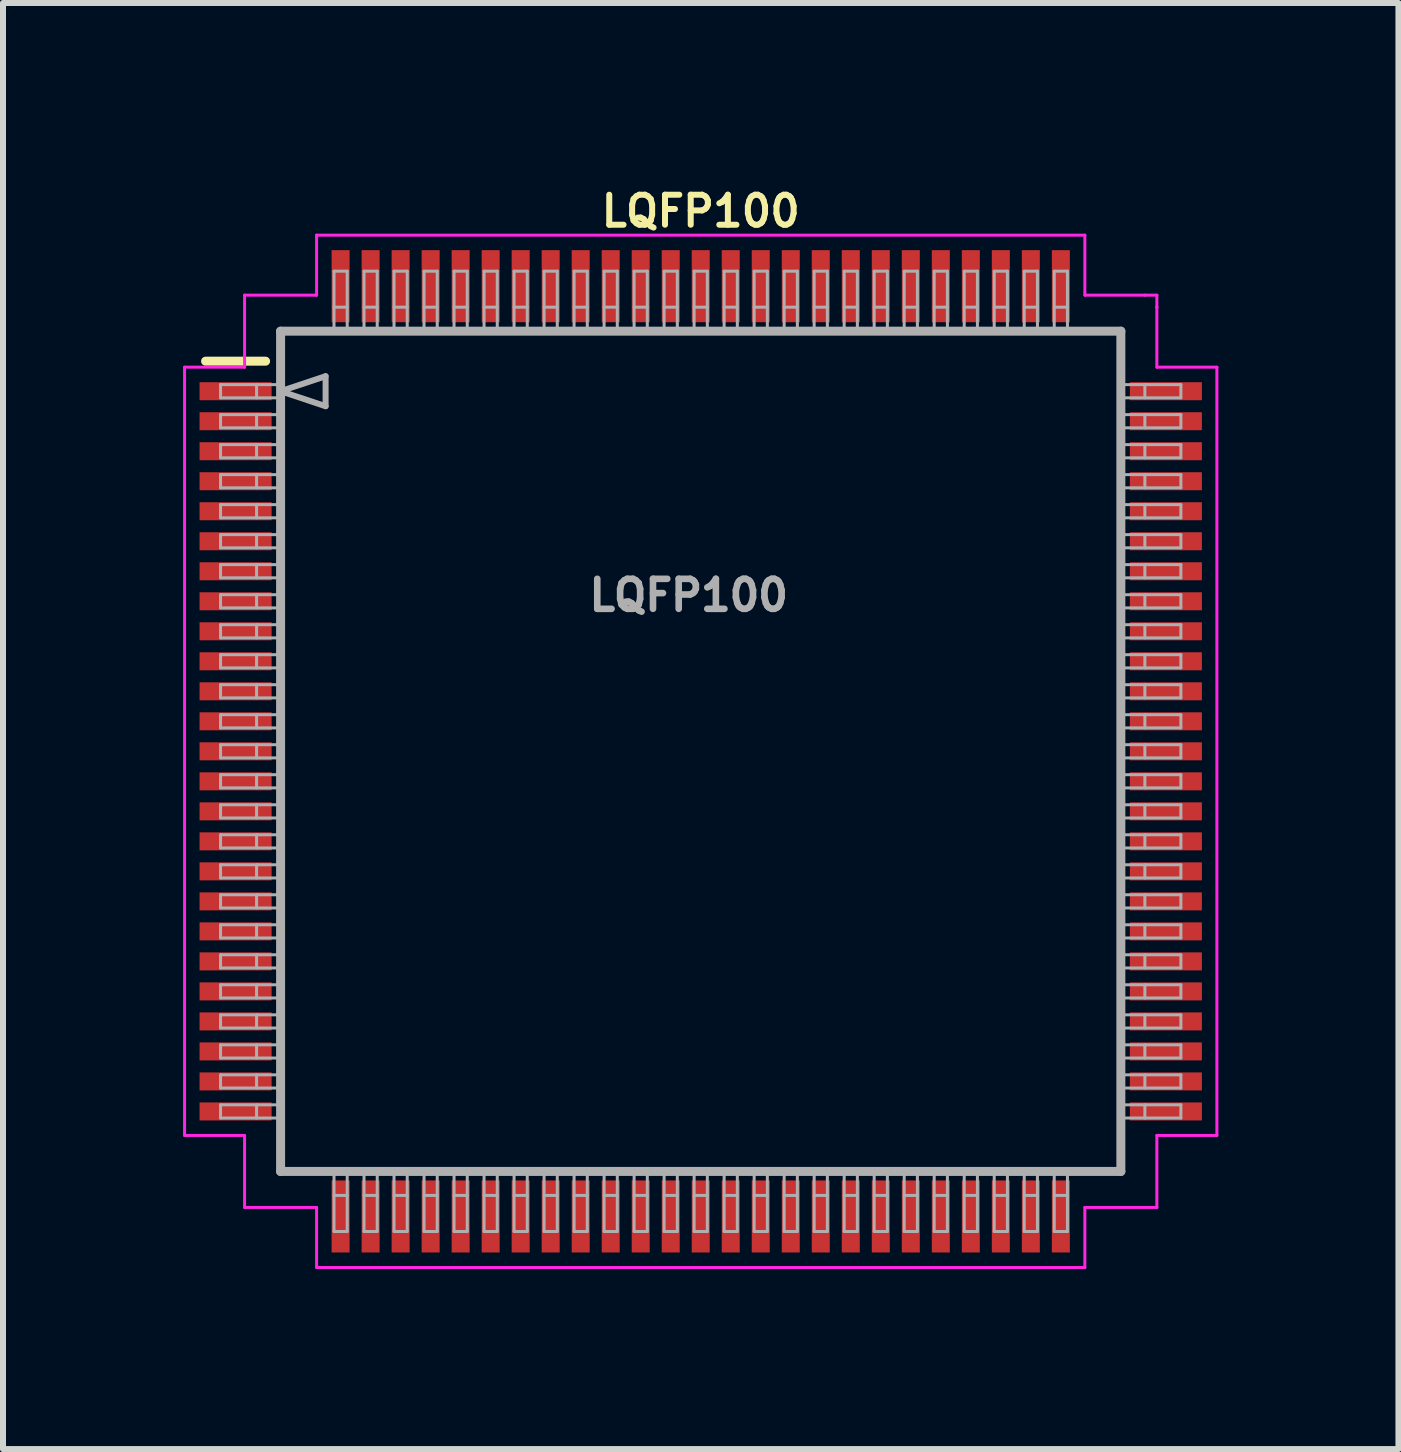
<source format=kicad_pcb>
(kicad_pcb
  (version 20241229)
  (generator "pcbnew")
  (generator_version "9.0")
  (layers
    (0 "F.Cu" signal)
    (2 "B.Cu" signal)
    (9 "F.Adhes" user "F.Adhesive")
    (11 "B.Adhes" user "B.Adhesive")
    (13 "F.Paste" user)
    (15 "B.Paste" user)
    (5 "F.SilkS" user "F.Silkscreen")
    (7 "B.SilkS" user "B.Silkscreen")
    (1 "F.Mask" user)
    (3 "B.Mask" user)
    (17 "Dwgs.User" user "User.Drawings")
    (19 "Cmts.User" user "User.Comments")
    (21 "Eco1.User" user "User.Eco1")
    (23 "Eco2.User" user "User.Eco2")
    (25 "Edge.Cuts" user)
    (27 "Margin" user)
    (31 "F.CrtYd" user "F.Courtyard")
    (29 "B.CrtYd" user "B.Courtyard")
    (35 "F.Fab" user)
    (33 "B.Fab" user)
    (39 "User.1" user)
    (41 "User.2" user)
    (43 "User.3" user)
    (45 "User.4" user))
  (footprint "LQFP100"
    (layer "F.Cu")
    (at 8.625 9.468)
    (property "Reference" "LQFP100" (at 0 -9 0) (layer "F.SilkS") (effects (font (size 0.5 0.5) (thickness 0.1))))
    (attr smd)
    (fp_line (start -8.25 -6.5) (end -7.25 -6.5) (stroke (width 0.15) (type solid)) (layer "F.SilkS"))
    (fp_line (start -8.6 -6.4) (end -8.6 6.4) (stroke (width 0.05) (type solid)) (layer "F.CrtYd"))
    (fp_line (start -7.6 -7.6) (end -7.6 -6.4) (stroke (width 0.05) (type solid)) (layer "F.CrtYd"))
    (fp_line (start -7.6 -6.4) (end -8.6 -6.4) (stroke (width 0.05) (type solid)) (layer "F.CrtYd"))
    (fp_line (start -7.6 6.4) (end -8.6 6.4) (stroke (width 0.05) (type solid)) (layer "F.CrtYd"))
    (fp_line (start -7.6 6.4) (end -7.6 7.6) (stroke (width 0.05) (type solid)) (layer "F.CrtYd"))
    (fp_line (start -7.6 7.6) (end -6.4 7.6) (stroke (width 0.05) (type solid)) (layer "F.CrtYd"))
    (fp_line (start -6.4 -8.6) (end 6.4 -8.6) (stroke (width 0.05) (type solid)) (layer "F.CrtYd"))
    (fp_line (start -6.4 -7.6) (end -7.6 -7.6) (stroke (width 0.05) (type solid)) (layer "F.CrtYd"))
    (fp_line (start -6.4 -7.6) (end -6.4 -8.6) (stroke (width 0.05) (type solid)) (layer "F.CrtYd"))
    (fp_line (start -6.4 7.6) (end -6.4 8.6) (stroke (width 0.05) (type solid)) (layer "F.CrtYd"))
    (fp_line (start -6.4 8.6) (end 6.4 8.6) (stroke (width 0.05) (type solid)) (layer "F.CrtYd"))
    (fp_line (start 6.4 -7.6) (end 6.4 -8.6) (stroke (width 0.05) (type solid)) (layer "F.CrtYd"))
    (fp_line (start 6.4 -7.6) (end 7.4 -7.6) (stroke (width 0.05) (type solid)) (layer "F.CrtYd"))
    (fp_line (start 6.4 7.6) (end 6.4 8.6) (stroke (width 0.05) (type solid)) (layer "F.CrtYd"))
    (fp_line (start 7.4 -7.6) (end 7.6 -7.6) (stroke (width 0.05) (type solid)) (layer "F.CrtYd"))
    (fp_line (start 7.6 -7.6) (end 7.6 -7.4) (stroke (width 0.05) (type solid)) (layer "F.CrtYd"))
    (fp_line (start 7.6 -7.4) (end 7.6 -7.4) (stroke (width 0.05) (type solid)) (layer "F.CrtYd"))
    (fp_line (start 7.6 -6.4) (end 7.6 -7.4) (stroke (width 0.05) (type solid)) (layer "F.CrtYd"))
    (fp_line (start 7.6 -6.4) (end 8.6 -6.4) (stroke (width 0.05) (type solid)) (layer "F.CrtYd"))
    (fp_line (start 7.6 6.4) (end 8.6 6.4) (stroke (width 0.05) (type solid)) (layer "F.CrtYd"))
    (fp_line (start 7.6 7.6) (end 6.4 7.6) (stroke (width 0.05) (type solid)) (layer "F.CrtYd"))
    (fp_line (start 7.6 7.6) (end 7.6 6.4) (stroke (width 0.05) (type solid)) (layer "F.CrtYd"))
    (fp_line (start 8.6 -6.4) (end 8.6 6.4) (stroke (width 0.05) (type solid)) (layer "F.CrtYd"))
    (fp_line (start -8 -6.11) (end -7 -6.11) (stroke (width 0.05) (type solid)) (layer "F.Fab"))
    (fp_line (start -8 -5.89) (end -8 -6.11) (stroke (width 0.05) (type solid)) (layer "F.Fab"))
    (fp_line (start -8 -5.89) (end -7 -5.89) (stroke (width 0.05) (type solid)) (layer "F.Fab"))
    (fp_line (start -8 -5.61) (end -7 -5.61) (stroke (width 0.05) (type solid)) (layer "F.Fab"))
    (fp_line (start -8 -5.39) (end -8 -5.61) (stroke (width 0.05) (type solid)) (layer "F.Fab"))
    (fp_line (start -8 -5.39) (end -7 -5.39) (stroke (width 0.05) (type solid)) (layer "F.Fab"))
    (fp_line (start -8 -5.11) (end -7 -5.11) (stroke (width 0.05) (type solid)) (layer "F.Fab"))
    (fp_line (start -8 -4.89) (end -8 -5.11) (stroke (width 0.05) (type solid)) (layer "F.Fab"))
    (fp_line (start -8 -4.89) (end -7 -4.89) (stroke (width 0.05) (type solid)) (layer "F.Fab"))
    (fp_line (start -8 -4.61) (end -7 -4.61) (stroke (width 0.05) (type solid)) (layer "F.Fab"))
    (fp_line (start -8 -4.39) (end -8 -4.61) (stroke (width 0.05) (type solid)) (layer "F.Fab"))
    (fp_line (start -8 -4.39) (end -7 -4.39) (stroke (width 0.05) (type solid)) (layer "F.Fab"))
    (fp_line (start -8 -4.11) (end -7 -4.11) (stroke (width 0.05) (type solid)) (layer "F.Fab"))
    (fp_line (start -8 -3.89) (end -8 -4.11) (stroke (width 0.05) (type solid)) (layer "F.Fab"))
    (fp_line (start -8 -3.89) (end -7 -3.89) (stroke (width 0.05) (type solid)) (layer "F.Fab"))
    (fp_line (start -8 -3.61) (end -7 -3.61) (stroke (width 0.05) (type solid)) (layer "F.Fab"))
    (fp_line (start -8 -3.39) (end -8 -3.61) (stroke (width 0.05) (type solid)) (layer "F.Fab"))
    (fp_line (start -8 -3.39) (end -7 -3.39) (stroke (width 0.05) (type solid)) (layer "F.Fab"))
    (fp_line (start -8 -3.11) (end -7 -3.11) (stroke (width 0.05) (type solid)) (layer "F.Fab"))
    (fp_line (start -8 -2.89) (end -8 -3.11) (stroke (width 0.05) (type solid)) (layer "F.Fab"))
    (fp_line (start -8 -2.89) (end -7 -2.89) (stroke (width 0.05) (type solid)) (layer "F.Fab"))
    (fp_line (start -8 -2.61) (end -7 -2.61) (stroke (width 0.05) (type solid)) (layer "F.Fab"))
    (fp_line (start -8 -2.39) (end -8 -2.61) (stroke (width 0.05) (type solid)) (layer "F.Fab"))
    (fp_line (start -8 -2.39) (end -7 -2.39) (stroke (width 0.05) (type solid)) (layer "F.Fab"))
    (fp_line (start -8 -2.11) (end -7 -2.11) (stroke (width 0.05) (type solid)) (layer "F.Fab"))
    (fp_line (start -8 -1.89) (end -8 -2.11) (stroke (width 0.05) (type solid)) (layer "F.Fab"))
    (fp_line (start -8 -1.89) (end -7 -1.89) (stroke (width 0.05) (type solid)) (layer "F.Fab"))
    (fp_line (start -8 -1.61) (end -7 -1.61) (stroke (width 0.05) (type solid)) (layer "F.Fab"))
    (fp_line (start -8 -1.39) (end -8 -1.61) (stroke (width 0.05) (type solid)) (layer "F.Fab"))
    (fp_line (start -8 -1.39) (end -7 -1.39) (stroke (width 0.05) (type solid)) (layer "F.Fab"))
    (fp_line (start -8 -1.11) (end -7 -1.11) (stroke (width 0.05) (type solid)) (layer "F.Fab"))
    (fp_line (start -8 -0.89) (end -8 -1.11) (stroke (width 0.05) (type solid)) (layer "F.Fab"))
    (fp_line (start -8 -0.89) (end -7 -0.89) (stroke (width 0.05) (type solid)) (layer "F.Fab"))
    (fp_line (start -8 -0.61) (end -7 -0.61) (stroke (width 0.05) (type solid)) (layer "F.Fab"))
    (fp_line (start -8 -0.39) (end -8 -0.61) (stroke (width 0.05) (type solid)) (layer "F.Fab"))
    (fp_line (start -8 -0.39) (end -7 -0.39) (stroke (width 0.05) (type solid)) (layer "F.Fab"))
    (fp_line (start -8 -0.11) (end -7 -0.11) (stroke (width 0.05) (type solid)) (layer "F.Fab"))
    (fp_line (start -8 0.11) (end -8 -0.11) (stroke (width 0.05) (type solid)) (layer "F.Fab"))
    (fp_line (start -8 0.11) (end -7 0.11) (stroke (width 0.05) (type solid)) (layer "F.Fab"))
    (fp_line (start -8 0.39) (end -7 0.39) (stroke (width 0.05) (type solid)) (layer "F.Fab"))
    (fp_line (start -8 0.61) (end -8 0.39) (stroke (width 0.05) (type solid)) (layer "F.Fab"))
    (fp_line (start -8 0.61) (end -7 0.61) (stroke (width 0.05) (type solid)) (layer "F.Fab"))
    (fp_line (start -8 0.89) (end -7 0.89) (stroke (width 0.05) (type solid)) (layer "F.Fab"))
    (fp_line (start -8 1.11) (end -8 0.89) (stroke (width 0.05) (type solid)) (layer "F.Fab"))
    (fp_line (start -8 1.11) (end -7 1.11) (stroke (width 0.05) (type solid)) (layer "F.Fab"))
    (fp_line (start -8 1.39) (end -7 1.39) (stroke (width 0.05) (type solid)) (layer "F.Fab"))
    (fp_line (start -8 1.61) (end -8 1.39) (stroke (width 0.05) (type solid)) (layer "F.Fab"))
    (fp_line (start -8 1.61) (end -7 1.61) (stroke (width 0.05) (type solid)) (layer "F.Fab"))
    (fp_line (start -8 1.89) (end -7 1.89) (stroke (width 0.05) (type solid)) (layer "F.Fab"))
    (fp_line (start -8 2.11) (end -8 1.89) (stroke (width 0.05) (type solid)) (layer "F.Fab"))
    (fp_line (start -8 2.11) (end -7 2.11) (stroke (width 0.05) (type solid)) (layer "F.Fab"))
    (fp_line (start -8 2.39) (end -7 2.39) (stroke (width 0.05) (type solid)) (layer "F.Fab"))
    (fp_line (start -8 2.61) (end -8 2.39) (stroke (width 0.05) (type solid)) (layer "F.Fab"))
    (fp_line (start -8 2.61) (end -7 2.61) (stroke (width 0.05) (type solid)) (layer "F.Fab"))
    (fp_line (start -8 2.89) (end -7 2.89) (stroke (width 0.05) (type solid)) (layer "F.Fab"))
    (fp_line (start -8 3.11) (end -8 2.89) (stroke (width 0.05) (type solid)) (layer "F.Fab"))
    (fp_line (start -8 3.11) (end -7 3.11) (stroke (width 0.05) (type solid)) (layer "F.Fab"))
    (fp_line (start -8 3.39) (end -7 3.39) (stroke (width 0.05) (type solid)) (layer "F.Fab"))
    (fp_line (start -8 3.61) (end -8 3.39) (stroke (width 0.05) (type solid)) (layer "F.Fab"))
    (fp_line (start -8 3.61) (end -7 3.61) (stroke (width 0.05) (type solid)) (layer "F.Fab"))
    (fp_line (start -8 3.89) (end -7 3.89) (stroke (width 0.05) (type solid)) (layer "F.Fab"))
    (fp_line (start -8 4.11) (end -8 3.89) (stroke (width 0.05) (type solid)) (layer "F.Fab"))
    (fp_line (start -8 4.11) (end -7 4.11) (stroke (width 0.05) (type solid)) (layer "F.Fab"))
    (fp_line (start -8 4.39) (end -7 4.39) (stroke (width 0.05) (type solid)) (layer "F.Fab"))
    (fp_line (start -8 4.61) (end -8 4.39) (stroke (width 0.05) (type solid)) (layer "F.Fab"))
    (fp_line (start -8 4.61) (end -7 4.61) (stroke (width 0.05) (type solid)) (layer "F.Fab"))
    (fp_line (start -8 4.89) (end -7 4.89) (stroke (width 0.05) (type solid)) (layer "F.Fab"))
    (fp_line (start -8 5.11) (end -8 4.89) (stroke (width 0.05) (type solid)) (layer "F.Fab"))
    (fp_line (start -8 5.11) (end -7 5.11) (stroke (width 0.05) (type solid)) (layer "F.Fab"))
    (fp_line (start -8 5.39) (end -7 5.39) (stroke (width 0.05) (type solid)) (layer "F.Fab"))
    (fp_line (start -8 5.61) (end -8 5.39) (stroke (width 0.05) (type solid)) (layer "F.Fab"))
    (fp_line (start -8 5.61) (end -7 5.61) (stroke (width 0.05) (type solid)) (layer "F.Fab"))
    (fp_line (start -8 5.89) (end -7 5.89) (stroke (width 0.05) (type solid)) (layer "F.Fab"))
    (fp_line (start -8 6.11) (end -8 5.89) (stroke (width 0.05) (type solid)) (layer "F.Fab"))
    (fp_line (start -8 6.11) (end -7 6.11) (stroke (width 0.05) (type solid)) (layer "F.Fab"))
    (fp_line (start -7.4 -5.89) (end -7.4 -6.11) (stroke (width 0.05) (type solid)) (layer "F.Fab"))
    (fp_line (start -7.4 -5.39) (end -7.4 -5.61) (stroke (width 0.05) (type solid)) (layer "F.Fab"))
    (fp_line (start -7.4 -4.89) (end -7.4 -5.11) (stroke (width 0.05) (type solid)) (layer "F.Fab"))
    (fp_line (start -7.4 -4.39) (end -7.4 -4.61) (stroke (width 0.05) (type solid)) (layer "F.Fab"))
    (fp_line (start -7.4 -3.89) (end -7.4 -4.11) (stroke (width 0.05) (type solid)) (layer "F.Fab"))
    (fp_line (start -7.4 -3.39) (end -7.4 -3.61) (stroke (width 0.05) (type solid)) (layer "F.Fab"))
    (fp_line (start -7.4 -2.89) (end -7.4 -3.11) (stroke (width 0.05) (type solid)) (layer "F.Fab"))
    (fp_line (start -7.4 -2.39) (end -7.4 -2.61) (stroke (width 0.05) (type solid)) (layer "F.Fab"))
    (fp_line (start -7.4 -1.89) (end -7.4 -2.11) (stroke (width 0.05) (type solid)) (layer "F.Fab"))
    (fp_line (start -7.4 -1.39) (end -7.4 -1.61) (stroke (width 0.05) (type solid)) (layer "F.Fab"))
    (fp_line (start -7.4 -0.89) (end -7.4 -1.11) (stroke (width 0.05) (type solid)) (layer "F.Fab"))
    (fp_line (start -7.4 -0.39) (end -7.4 -0.61) (stroke (width 0.05) (type solid)) (layer "F.Fab"))
    (fp_line (start -7.4 0.11) (end -7.4 -0.11) (stroke (width 0.05) (type solid)) (layer "F.Fab"))
    (fp_line (start -7.4 0.61) (end -7.4 0.39) (stroke (width 0.05) (type solid)) (layer "F.Fab"))
    (fp_line (start -7.4 1.11) (end -7.4 0.89) (stroke (width 0.05) (type solid)) (layer "F.Fab"))
    (fp_line (start -7.4 1.61) (end -7.4 1.39) (stroke (width 0.05) (type solid)) (layer "F.Fab"))
    (fp_line (start -7.4 2.11) (end -7.4 1.89) (stroke (width 0.05) (type solid)) (layer "F.Fab"))
    (fp_line (start -7.4 2.61) (end -7.4 2.39) (stroke (width 0.05) (type solid)) (layer "F.Fab"))
    (fp_line (start -7.4 3.11) (end -7.4 2.89) (stroke (width 0.05) (type solid)) (layer "F.Fab"))
    (fp_line (start -7.4 3.61) (end -7.4 3.39) (stroke (width 0.05) (type solid)) (layer "F.Fab"))
    (fp_line (start -7.4 4.11) (end -7.4 3.89) (stroke (width 0.05) (type solid)) (layer "F.Fab"))
    (fp_line (start -7.4 4.61) (end -7.4 4.39) (stroke (width 0.05) (type solid)) (layer "F.Fab"))
    (fp_line (start -7.4 5.11) (end -7.4 4.89) (stroke (width 0.05) (type solid)) (layer "F.Fab"))
    (fp_line (start -7.4 5.61) (end -7.4 5.39) (stroke (width 0.05) (type solid)) (layer "F.Fab"))
    (fp_line (start -7.4 6.11) (end -7.4 5.89) (stroke (width 0.05) (type solid)) (layer "F.Fab"))
    (fp_line (start -7 -7) (end 7 -7) (stroke (width 0.15) (type solid)) (layer "F.Fab"))
    (fp_line (start -7 -6) (end -6.25 -6.25) (stroke (width 0.1) (type solid)) (layer "F.Fab"))
    (fp_line (start -7 7) (end -7 -7) (stroke (width 0.15) (type solid)) (layer "F.Fab"))
    (fp_line (start -6.25 -6.25) (end -6.25 -5.75) (stroke (width 0.1) (type solid)) (layer "F.Fab"))
    (fp_line (start -6.25 -5.75) (end -7 -6) (stroke (width 0.1) (type solid)) (layer "F.Fab"))
    (fp_line (start -6.11 -8) (end -6.11 -7) (stroke (width 0.05) (type solid)) (layer "F.Fab"))
    (fp_line (start -6.11 -8) (end -5.89 -8) (stroke (width 0.05) (type solid)) (layer "F.Fab"))
    (fp_line (start -6.11 -7.4) (end -5.89 -7.4) (stroke (width 0.05) (type solid)) (layer "F.Fab"))
    (fp_line (start -6.11 7) (end -6.11 8) (stroke (width 0.05) (type solid)) (layer "F.Fab"))
    (fp_line (start -6.11 7.4) (end -5.89 7.4) (stroke (width 0.05) (type solid)) (layer "F.Fab"))
    (fp_line (start -6.11 8) (end -5.89 8) (stroke (width 0.05) (type solid)) (layer "F.Fab"))
    (fp_line (start -5.89 -8) (end -5.89 -7) (stroke (width 0.05) (type solid)) (layer "F.Fab"))
    (fp_line (start -5.89 7) (end -5.89 8) (stroke (width 0.05) (type solid)) (layer "F.Fab"))
    (fp_line (start -5.61 -8) (end -5.61 -7) (stroke (width 0.05) (type solid)) (layer "F.Fab"))
    (fp_line (start -5.61 -8) (end -5.39 -8) (stroke (width 0.05) (type solid)) (layer "F.Fab"))
    (fp_line (start -5.61 -7.4) (end -5.39 -7.4) (stroke (width 0.05) (type solid)) (layer "F.Fab"))
    (fp_line (start -5.61 7) (end -5.61 8) (stroke (width 0.05) (type solid)) (layer "F.Fab"))
    (fp_line (start -5.61 7.4) (end -5.39 7.4) (stroke (width 0.05) (type solid)) (layer "F.Fab"))
    (fp_line (start -5.61 8) (end -5.39 8) (stroke (width 0.05) (type solid)) (layer "F.Fab"))
    (fp_line (start -5.39 -8) (end -5.39 -7) (stroke (width 0.05) (type solid)) (layer "F.Fab"))
    (fp_line (start -5.39 7) (end -5.39 8) (stroke (width 0.05) (type solid)) (layer "F.Fab"))
    (fp_line (start -5.11 -8) (end -5.11 -7) (stroke (width 0.05) (type solid)) (layer "F.Fab"))
    (fp_line (start -5.11 -8) (end -4.89 -8) (stroke (width 0.05) (type solid)) (layer "F.Fab"))
    (fp_line (start -5.11 -7.4) (end -4.89 -7.4) (stroke (width 0.05) (type solid)) (layer "F.Fab"))
    (fp_line (start -5.11 7) (end -5.11 8) (stroke (width 0.05) (type solid)) (layer "F.Fab"))
    (fp_line (start -5.11 7.4) (end -4.89 7.4) (stroke (width 0.05) (type solid)) (layer "F.Fab"))
    (fp_line (start -5.11 8) (end -4.89 8) (stroke (width 0.05) (type solid)) (layer "F.Fab"))
    (fp_line (start -4.89 -8) (end -4.89 -7) (stroke (width 0.05) (type solid)) (layer "F.Fab"))
    (fp_line (start -4.89 7) (end -4.89 8) (stroke (width 0.05) (type solid)) (layer "F.Fab"))
    (fp_line (start -4.61 -8) (end -4.61 -7) (stroke (width 0.05) (type solid)) (layer "F.Fab"))
    (fp_line (start -4.61 -8) (end -4.39 -8) (stroke (width 0.05) (type solid)) (layer "F.Fab"))
    (fp_line (start -4.61 -7.4) (end -4.39 -7.4) (stroke (width 0.05) (type solid)) (layer "F.Fab"))
    (fp_line (start -4.61 7) (end -4.61 8) (stroke (width 0.05) (type solid)) (layer "F.Fab"))
    (fp_line (start -4.61 7.4) (end -4.39 7.4) (stroke (width 0.05) (type solid)) (layer "F.Fab"))
    (fp_line (start -4.61 8) (end -4.39 8) (stroke (width 0.05) (type solid)) (layer "F.Fab"))
    (fp_line (start -4.39 -8) (end -4.39 -7) (stroke (width 0.05) (type solid)) (layer "F.Fab"))
    (fp_line (start -4.39 7) (end -4.39 8) (stroke (width 0.05) (type solid)) (layer "F.Fab"))
    (fp_line (start -4.11 -8) (end -4.11 -7) (stroke (width 0.05) (type solid)) (layer "F.Fab"))
    (fp_line (start -4.11 -8) (end -3.89 -8) (stroke (width 0.05) (type solid)) (layer "F.Fab"))
    (fp_line (start -4.11 -7.4) (end -3.89 -7.4) (stroke (width 0.05) (type solid)) (layer "F.Fab"))
    (fp_line (start -4.11 7) (end -4.11 8) (stroke (width 0.05) (type solid)) (layer "F.Fab"))
    (fp_line (start -4.11 7.4) (end -3.89 7.4) (stroke (width 0.05) (type solid)) (layer "F.Fab"))
    (fp_line (start -4.11 8) (end -3.89 8) (stroke (width 0.05) (type solid)) (layer "F.Fab"))
    (fp_line (start -3.89 -8) (end -3.89 -7) (stroke (width 0.05) (type solid)) (layer "F.Fab"))
    (fp_line (start -3.89 7) (end -3.89 8) (stroke (width 0.05) (type solid)) (layer "F.Fab"))
    (fp_line (start -3.61 -8) (end -3.61 -7) (stroke (width 0.05) (type solid)) (layer "F.Fab"))
    (fp_line (start -3.61 -8) (end -3.39 -8) (stroke (width 0.05) (type solid)) (layer "F.Fab"))
    (fp_line (start -3.61 -7.4) (end -3.39 -7.4) (stroke (width 0.05) (type solid)) (layer "F.Fab"))
    (fp_line (start -3.61 7) (end -3.61 8) (stroke (width 0.05) (type solid)) (layer "F.Fab"))
    (fp_line (start -3.61 7.4) (end -3.39 7.4) (stroke (width 0.05) (type solid)) (layer "F.Fab"))
    (fp_line (start -3.61 8) (end -3.39 8) (stroke (width 0.05) (type solid)) (layer "F.Fab"))
    (fp_line (start -3.39 -8) (end -3.39 -7) (stroke (width 0.05) (type solid)) (layer "F.Fab"))
    (fp_line (start -3.39 7) (end -3.39 8) (stroke (width 0.05) (type solid)) (layer "F.Fab"))
    (fp_line (start -3.11 -8) (end -3.11 -7) (stroke (width 0.05) (type solid)) (layer "F.Fab"))
    (fp_line (start -3.11 -8) (end -2.89 -8) (stroke (width 0.05) (type solid)) (layer "F.Fab"))
    (fp_line (start -3.11 -7.4) (end -2.89 -7.4) (stroke (width 0.05) (type solid)) (layer "F.Fab"))
    (fp_line (start -3.11 7) (end -3.11 8) (stroke (width 0.05) (type solid)) (layer "F.Fab"))
    (fp_line (start -3.11 7.4) (end -2.89 7.4) (stroke (width 0.05) (type solid)) (layer "F.Fab"))
    (fp_line (start -3.11 8) (end -2.89 8) (stroke (width 0.05) (type solid)) (layer "F.Fab"))
    (fp_line (start -2.89 -8) (end -2.89 -7) (stroke (width 0.05) (type solid)) (layer "F.Fab"))
    (fp_line (start -2.89 7) (end -2.89 8) (stroke (width 0.05) (type solid)) (layer "F.Fab"))
    (fp_line (start -2.61 -8) (end -2.61 -7) (stroke (width 0.05) (type solid)) (layer "F.Fab"))
    (fp_line (start -2.61 -8) (end -2.39 -8) (stroke (width 0.05) (type solid)) (layer "F.Fab"))
    (fp_line (start -2.61 -7.4) (end -2.39 -7.4) (stroke (width 0.05) (type solid)) (layer "F.Fab"))
    (fp_line (start -2.61 7) (end -2.61 8) (stroke (width 0.05) (type solid)) (layer "F.Fab"))
    (fp_line (start -2.61 7.4) (end -2.39 7.4) (stroke (width 0.05) (type solid)) (layer "F.Fab"))
    (fp_line (start -2.61 8) (end -2.39 8) (stroke (width 0.05) (type solid)) (layer "F.Fab"))
    (fp_line (start -2.39 -8) (end -2.39 -7) (stroke (width 0.05) (type solid)) (layer "F.Fab"))
    (fp_line (start -2.39 7) (end -2.39 8) (stroke (width 0.05) (type solid)) (layer "F.Fab"))
    (fp_line (start -2.11 -8) (end -2.11 -7) (stroke (width 0.05) (type solid)) (layer "F.Fab"))
    (fp_line (start -2.11 -8) (end -1.89 -8) (stroke (width 0.05) (type solid)) (layer "F.Fab"))
    (fp_line (start -2.11 -7.4) (end -1.89 -7.4) (stroke (width 0.05) (type solid)) (layer "F.Fab"))
    (fp_line (start -2.11 7) (end -2.11 8) (stroke (width 0.05) (type solid)) (layer "F.Fab"))
    (fp_line (start -2.11 7.4) (end -1.89 7.4) (stroke (width 0.05) (type solid)) (layer "F.Fab"))
    (fp_line (start -2.11 8) (end -1.89 8) (stroke (width 0.05) (type solid)) (layer "F.Fab"))
    (fp_line (start -1.89 -8) (end -1.89 -7) (stroke (width 0.05) (type solid)) (layer "F.Fab"))
    (fp_line (start -1.89 7) (end -1.89 8) (stroke (width 0.05) (type solid)) (layer "F.Fab"))
    (fp_line (start -1.61 -8) (end -1.61 -7) (stroke (width 0.05) (type solid)) (layer "F.Fab"))
    (fp_line (start -1.61 -8) (end -1.39 -8) (stroke (width 0.05) (type solid)) (layer "F.Fab"))
    (fp_line (start -1.61 -7.4) (end -1.39 -7.4) (stroke (width 0.05) (type solid)) (layer "F.Fab"))
    (fp_line (start -1.61 7) (end -1.61 8) (stroke (width 0.05) (type solid)) (layer "F.Fab"))
    (fp_line (start -1.61 7.4) (end -1.39 7.4) (stroke (width 0.05) (type solid)) (layer "F.Fab"))
    (fp_line (start -1.61 8) (end -1.39 8) (stroke (width 0.05) (type solid)) (layer "F.Fab"))
    (fp_line (start -1.39 -8) (end -1.39 -7) (stroke (width 0.05) (type solid)) (layer "F.Fab"))
    (fp_line (start -1.39 7) (end -1.39 8) (stroke (width 0.05) (type solid)) (layer "F.Fab"))
    (fp_line (start -1.11 -8) (end -1.11 -7) (stroke (width 0.05) (type solid)) (layer "F.Fab"))
    (fp_line (start -1.11 -8) (end -0.89 -8) (stroke (width 0.05) (type solid)) (layer "F.Fab"))
    (fp_line (start -1.11 -7.4) (end -0.89 -7.4) (stroke (width 0.05) (type solid)) (layer "F.Fab"))
    (fp_line (start -1.11 7) (end -1.11 8) (stroke (width 0.05) (type solid)) (layer "F.Fab"))
    (fp_line (start -1.11 7.4) (end -0.89 7.4) (stroke (width 0.05) (type solid)) (layer "F.Fab"))
    (fp_line (start -1.11 8) (end -0.89 8) (stroke (width 0.05) (type solid)) (layer "F.Fab"))
    (fp_line (start -0.89 -8) (end -0.89 -7) (stroke (width 0.05) (type solid)) (layer "F.Fab"))
    (fp_line (start -0.89 7) (end -0.89 8) (stroke (width 0.05) (type solid)) (layer "F.Fab"))
    (fp_line (start -0.61 -8) (end -0.61 -7) (stroke (width 0.05) (type solid)) (layer "F.Fab"))
    (fp_line (start -0.61 -8) (end -0.39 -8) (stroke (width 0.05) (type solid)) (layer "F.Fab"))
    (fp_line (start -0.61 -7.4) (end -0.39 -7.4) (stroke (width 0.05) (type solid)) (layer "F.Fab"))
    (fp_line (start -0.61 7) (end -0.61 8) (stroke (width 0.05) (type solid)) (layer "F.Fab"))
    (fp_line (start -0.61 7.4) (end -0.39 7.4) (stroke (width 0.05) (type solid)) (layer "F.Fab"))
    (fp_line (start -0.61 8) (end -0.39 8) (stroke (width 0.05) (type solid)) (layer "F.Fab"))
    (fp_line (start -0.39 -8) (end -0.39 -7) (stroke (width 0.05) (type solid)) (layer "F.Fab"))
    (fp_line (start -0.39 7) (end -0.39 8) (stroke (width 0.05) (type solid)) (layer "F.Fab"))
    (fp_line (start -0.11 -8) (end -0.11 -7) (stroke (width 0.05) (type solid)) (layer "F.Fab"))
    (fp_line (start -0.11 -8) (end 0.11 -8) (stroke (width 0.05) (type solid)) (layer "F.Fab"))
    (fp_line (start -0.11 -7.4) (end 0.11 -7.4) (stroke (width 0.05) (type solid)) (layer "F.Fab"))
    (fp_line (start -0.11 7) (end -0.11 8) (stroke (width 0.05) (type solid)) (layer "F.Fab"))
    (fp_line (start -0.11 7.4) (end 0.11 7.4) (stroke (width 0.05) (type solid)) (layer "F.Fab"))
    (fp_line (start -0.11 8) (end 0.11 8) (stroke (width 0.05) (type solid)) (layer "F.Fab"))
    (fp_line (start 0.11 -8) (end 0.11 -7) (stroke (width 0.05) (type solid)) (layer "F.Fab"))
    (fp_line (start 0.11 7) (end 0.11 8) (stroke (width 0.05) (type solid)) (layer "F.Fab"))
    (fp_line (start 0.39 -8) (end 0.39 -7) (stroke (width 0.05) (type solid)) (layer "F.Fab"))
    (fp_line (start 0.39 -8) (end 0.61 -8) (stroke (width 0.05) (type solid)) (layer "F.Fab"))
    (fp_line (start 0.39 -7.4) (end 0.61 -7.4) (stroke (width 0.05) (type solid)) (layer "F.Fab"))
    (fp_line (start 0.39 7) (end 0.39 8) (stroke (width 0.05) (type solid)) (layer "F.Fab"))
    (fp_line (start 0.39 7.4) (end 0.61 7.4) (stroke (width 0.05) (type solid)) (layer "F.Fab"))
    (fp_line (start 0.39 8) (end 0.61 8) (stroke (width 0.05) (type solid)) (layer "F.Fab"))
    (fp_line (start 0.61 -8) (end 0.61 -7) (stroke (width 0.05) (type solid)) (layer "F.Fab"))
    (fp_line (start 0.61 7) (end 0.61 8) (stroke (width 0.05) (type solid)) (layer "F.Fab"))
    (fp_line (start 0.89 -8) (end 0.89 -7) (stroke (width 0.05) (type solid)) (layer "F.Fab"))
    (fp_line (start 0.89 -8) (end 1.11 -8) (stroke (width 0.05) (type solid)) (layer "F.Fab"))
    (fp_line (start 0.89 -7.4) (end 1.11 -7.4) (stroke (width 0.05) (type solid)) (layer "F.Fab"))
    (fp_line (start 0.89 7) (end 0.89 8) (stroke (width 0.05) (type solid)) (layer "F.Fab"))
    (fp_line (start 0.89 7.4) (end 1.11 7.4) (stroke (width 0.05) (type solid)) (layer "F.Fab"))
    (fp_line (start 0.89 8) (end 1.11 8) (stroke (width 0.05) (type solid)) (layer "F.Fab"))
    (fp_line (start 1.11 -8) (end 1.11 -7) (stroke (width 0.05) (type solid)) (layer "F.Fab"))
    (fp_line (start 1.11 7) (end 1.11 8) (stroke (width 0.05) (type solid)) (layer "F.Fab"))
    (fp_line (start 1.39 -8) (end 1.39 -7) (stroke (width 0.05) (type solid)) (layer "F.Fab"))
    (fp_line (start 1.39 -8) (end 1.61 -8) (stroke (width 0.05) (type solid)) (layer "F.Fab"))
    (fp_line (start 1.39 -7.4) (end 1.61 -7.4) (stroke (width 0.05) (type solid)) (layer "F.Fab"))
    (fp_line (start 1.39 7) (end 1.39 8) (stroke (width 0.05) (type solid)) (layer "F.Fab"))
    (fp_line (start 1.39 7.4) (end 1.61 7.4) (stroke (width 0.05) (type solid)) (layer "F.Fab"))
    (fp_line (start 1.39 8) (end 1.61 8) (stroke (width 0.05) (type solid)) (layer "F.Fab"))
    (fp_line (start 1.61 -8) (end 1.61 -7) (stroke (width 0.05) (type solid)) (layer "F.Fab"))
    (fp_line (start 1.61 7) (end 1.61 8) (stroke (width 0.05) (type solid)) (layer "F.Fab"))
    (fp_line (start 1.89 -8) (end 1.89 -7) (stroke (width 0.05) (type solid)) (layer "F.Fab"))
    (fp_line (start 1.89 -8) (end 2.11 -8) (stroke (width 0.05) (type solid)) (layer "F.Fab"))
    (fp_line (start 1.89 -7.4) (end 2.11 -7.4) (stroke (width 0.05) (type solid)) (layer "F.Fab"))
    (fp_line (start 1.89 7) (end 1.89 8) (stroke (width 0.05) (type solid)) (layer "F.Fab"))
    (fp_line (start 1.89 7.4) (end 2.11 7.4) (stroke (width 0.05) (type solid)) (layer "F.Fab"))
    (fp_line (start 1.89 8) (end 2.11 8) (stroke (width 0.05) (type solid)) (layer "F.Fab"))
    (fp_line (start 2.11 -8) (end 2.11 -7) (stroke (width 0.05) (type solid)) (layer "F.Fab"))
    (fp_line (start 2.11 7) (end 2.11 8) (stroke (width 0.05) (type solid)) (layer "F.Fab"))
    (fp_line (start 2.39 -8) (end 2.39 -7) (stroke (width 0.05) (type solid)) (layer "F.Fab"))
    (fp_line (start 2.39 -8) (end 2.61 -8) (stroke (width 0.05) (type solid)) (layer "F.Fab"))
    (fp_line (start 2.39 -7.4) (end 2.61 -7.4) (stroke (width 0.05) (type solid)) (layer "F.Fab"))
    (fp_line (start 2.39 7) (end 2.39 8) (stroke (width 0.05) (type solid)) (layer "F.Fab"))
    (fp_line (start 2.39 7.4) (end 2.61 7.4) (stroke (width 0.05) (type solid)) (layer "F.Fab"))
    (fp_line (start 2.39 8) (end 2.61 8) (stroke (width 0.05) (type solid)) (layer "F.Fab"))
    (fp_line (start 2.61 -8) (end 2.61 -7) (stroke (width 0.05) (type solid)) (layer "F.Fab"))
    (fp_line (start 2.61 7) (end 2.61 8) (stroke (width 0.05) (type solid)) (layer "F.Fab"))
    (fp_line (start 2.89 -8) (end 2.89 -7) (stroke (width 0.05) (type solid)) (layer "F.Fab"))
    (fp_line (start 2.89 -8) (end 3.11 -8) (stroke (width 0.05) (type solid)) (layer "F.Fab"))
    (fp_line (start 2.89 -7.4) (end 3.11 -7.4) (stroke (width 0.05) (type solid)) (layer "F.Fab"))
    (fp_line (start 2.89 7) (end 2.89 8) (stroke (width 0.05) (type solid)) (layer "F.Fab"))
    (fp_line (start 2.89 7.4) (end 3.11 7.4) (stroke (width 0.05) (type solid)) (layer "F.Fab"))
    (fp_line (start 2.89 8) (end 3.11 8) (stroke (width 0.05) (type solid)) (layer "F.Fab"))
    (fp_line (start 3.11 -8) (end 3.11 -7) (stroke (width 0.05) (type solid)) (layer "F.Fab"))
    (fp_line (start 3.11 7) (end 3.11 8) (stroke (width 0.05) (type solid)) (layer "F.Fab"))
    (fp_line (start 3.39 -8) (end 3.39 -7) (stroke (width 0.05) (type solid)) (layer "F.Fab"))
    (fp_line (start 3.39 -8) (end 3.61 -8) (stroke (width 0.05) (type solid)) (layer "F.Fab"))
    (fp_line (start 3.39 -7.4) (end 3.61 -7.4) (stroke (width 0.05) (type solid)) (layer "F.Fab"))
    (fp_line (start 3.39 7) (end 3.39 8) (stroke (width 0.05) (type solid)) (layer "F.Fab"))
    (fp_line (start 3.39 7.4) (end 3.61 7.4) (stroke (width 0.05) (type solid)) (layer "F.Fab"))
    (fp_line (start 3.39 8) (end 3.61 8) (stroke (width 0.05) (type solid)) (layer "F.Fab"))
    (fp_line (start 3.61 -8) (end 3.61 -7) (stroke (width 0.05) (type solid)) (layer "F.Fab"))
    (fp_line (start 3.61 7) (end 3.61 8) (stroke (width 0.05) (type solid)) (layer "F.Fab"))
    (fp_line (start 3.89 -8) (end 3.89 -7) (stroke (width 0.05) (type solid)) (layer "F.Fab"))
    (fp_line (start 3.89 -8) (end 4.11 -8) (stroke (width 0.05) (type solid)) (layer "F.Fab"))
    (fp_line (start 3.89 -7.4) (end 4.11 -7.4) (stroke (width 0.05) (type solid)) (layer "F.Fab"))
    (fp_line (start 3.89 7) (end 3.89 8) (stroke (width 0.05) (type solid)) (layer "F.Fab"))
    (fp_line (start 3.89 7.4) (end 4.11 7.4) (stroke (width 0.05) (type solid)) (layer "F.Fab"))
    (fp_line (start 3.89 8) (end 4.11 8) (stroke (width 0.05) (type solid)) (layer "F.Fab"))
    (fp_line (start 4.11 -8) (end 4.11 -7) (stroke (width 0.05) (type solid)) (layer "F.Fab"))
    (fp_line (start 4.11 7) (end 4.11 8) (stroke (width 0.05) (type solid)) (layer "F.Fab"))
    (fp_line (start 4.39 -8) (end 4.39 -7) (stroke (width 0.05) (type solid)) (layer "F.Fab"))
    (fp_line (start 4.39 -8) (end 4.61 -8) (stroke (width 0.05) (type solid)) (layer "F.Fab"))
    (fp_line (start 4.39 -7.4) (end 4.61 -7.4) (stroke (width 0.05) (type solid)) (layer "F.Fab"))
    (fp_line (start 4.39 7) (end 4.39 8) (stroke (width 0.05) (type solid)) (layer "F.Fab"))
    (fp_line (start 4.39 7.4) (end 4.61 7.4) (stroke (width 0.05) (type solid)) (layer "F.Fab"))
    (fp_line (start 4.39 8) (end 4.61 8) (stroke (width 0.05) (type solid)) (layer "F.Fab"))
    (fp_line (start 4.61 -8) (end 4.61 -7) (stroke (width 0.05) (type solid)) (layer "F.Fab"))
    (fp_line (start 4.61 7) (end 4.61 8) (stroke (width 0.05) (type solid)) (layer "F.Fab"))
    (fp_line (start 4.89 -8) (end 4.89 -7) (stroke (width 0.05) (type solid)) (layer "F.Fab"))
    (fp_line (start 4.89 -8) (end 5.11 -8) (stroke (width 0.05) (type solid)) (layer "F.Fab"))
    (fp_line (start 4.89 -7.4) (end 5.11 -7.4) (stroke (width 0.05) (type solid)) (layer "F.Fab"))
    (fp_line (start 4.89 7) (end 4.89 8) (stroke (width 0.05) (type solid)) (layer "F.Fab"))
    (fp_line (start 4.89 7.4) (end 5.11 7.4) (stroke (width 0.05) (type solid)) (layer "F.Fab"))
    (fp_line (start 4.89 8) (end 5.11 8) (stroke (width 0.05) (type solid)) (layer "F.Fab"))
    (fp_line (start 5.11 -8) (end 5.11 -7) (stroke (width 0.05) (type solid)) (layer "F.Fab"))
    (fp_line (start 5.11 7) (end 5.11 8) (stroke (width 0.05) (type solid)) (layer "F.Fab"))
    (fp_line (start 5.39 -8) (end 5.39 -7) (stroke (width 0.05) (type solid)) (layer "F.Fab"))
    (fp_line (start 5.39 -8) (end 5.61 -8) (stroke (width 0.05) (type solid)) (layer "F.Fab"))
    (fp_line (start 5.39 -7.4) (end 5.61 -7.4) (stroke (width 0.05) (type solid)) (layer "F.Fab"))
    (fp_line (start 5.39 7) (end 5.39 8) (stroke (width 0.05) (type solid)) (layer "F.Fab"))
    (fp_line (start 5.39 7.4) (end 5.61 7.4) (stroke (width 0.05) (type solid)) (layer "F.Fab"))
    (fp_line (start 5.39 8) (end 5.61 8) (stroke (width 0.05) (type solid)) (layer "F.Fab"))
    (fp_line (start 5.61 -8) (end 5.61 -7) (stroke (width 0.05) (type solid)) (layer "F.Fab"))
    (fp_line (start 5.61 7) (end 5.61 8) (stroke (width 0.05) (type solid)) (layer "F.Fab"))
    (fp_line (start 5.89 -8) (end 5.89 -7) (stroke (width 0.05) (type solid)) (layer "F.Fab"))
    (fp_line (start 5.89 -8) (end 6.11 -8) (stroke (width 0.05) (type solid)) (layer "F.Fab"))
    (fp_line (start 5.89 -7.4) (end 6.11 -7.4) (stroke (width 0.05) (type solid)) (layer "F.Fab"))
    (fp_line (start 5.89 7) (end 5.89 8) (stroke (width 0.05) (type solid)) (layer "F.Fab"))
    (fp_line (start 5.89 7.4) (end 6.11 7.4) (stroke (width 0.05) (type solid)) (layer "F.Fab"))
    (fp_line (start 5.89 8) (end 6.11 8) (stroke (width 0.05) (type solid)) (layer "F.Fab"))
    (fp_line (start 6.11 -8) (end 6.11 -7) (stroke (width 0.05) (type solid)) (layer "F.Fab"))
    (fp_line (start 6.11 7) (end 6.11 8) (stroke (width 0.05) (type solid)) (layer "F.Fab"))
    (fp_line (start 7 -7) (end 7 7) (stroke (width 0.15) (type solid)) (layer "F.Fab"))
    (fp_line (start 7 -6.11) (end 8 -6.11) (stroke (width 0.05) (type solid)) (layer "F.Fab"))
    (fp_line (start 7 -5.89) (end 8 -5.89) (stroke (width 0.05) (type solid)) (layer "F.Fab"))
    (fp_line (start 7 -5.61) (end 8 -5.61) (stroke (width 0.05) (type solid)) (layer "F.Fab"))
    (fp_line (start 7 -5.39) (end 8 -5.39) (stroke (width 0.05) (type solid)) (layer "F.Fab"))
    (fp_line (start 7 -5.11) (end 8 -5.11) (stroke (width 0.05) (type solid)) (layer "F.Fab"))
    (fp_line (start 7 -4.89) (end 8 -4.89) (stroke (width 0.05) (type solid)) (layer "F.Fab"))
    (fp_line (start 7 -4.61) (end 8 -4.61) (stroke (width 0.05) (type solid)) (layer "F.Fab"))
    (fp_line (start 7 -4.39) (end 8 -4.39) (stroke (width 0.05) (type solid)) (layer "F.Fab"))
    (fp_line (start 7 -4.11) (end 8 -4.11) (stroke (width 0.05) (type solid)) (layer "F.Fab"))
    (fp_line (start 7 -3.89) (end 8 -3.89) (stroke (width 0.05) (type solid)) (layer "F.Fab"))
    (fp_line (start 7 -3.61) (end 8 -3.61) (stroke (width 0.05) (type solid)) (layer "F.Fab"))
    (fp_line (start 7 -3.39) (end 8 -3.39) (stroke (width 0.05) (type solid)) (layer "F.Fab"))
    (fp_line (start 7 -3.11) (end 8 -3.11) (stroke (width 0.05) (type solid)) (layer "F.Fab"))
    (fp_line (start 7 -2.89) (end 8 -2.89) (stroke (width 0.05) (type solid)) (layer "F.Fab"))
    (fp_line (start 7 -2.61) (end 8 -2.61) (stroke (width 0.05) (type solid)) (layer "F.Fab"))
    (fp_line (start 7 -2.39) (end 8 -2.39) (stroke (width 0.05) (type solid)) (layer "F.Fab"))
    (fp_line (start 7 -2.11) (end 8 -2.11) (stroke (width 0.05) (type solid)) (layer "F.Fab"))
    (fp_line (start 7 -1.89) (end 8 -1.89) (stroke (width 0.05) (type solid)) (layer "F.Fab"))
    (fp_line (start 7 -1.61) (end 8 -1.61) (stroke (width 0.05) (type solid)) (layer "F.Fab"))
    (fp_line (start 7 -1.39) (end 8 -1.39) (stroke (width 0.05) (type solid)) (layer "F.Fab"))
    (fp_line (start 7 -1.11) (end 8 -1.11) (stroke (width 0.05) (type solid)) (layer "F.Fab"))
    (fp_line (start 7 -0.89) (end 8 -0.89) (stroke (width 0.05) (type solid)) (layer "F.Fab"))
    (fp_line (start 7 -0.61) (end 8 -0.61) (stroke (width 0.05) (type solid)) (layer "F.Fab"))
    (fp_line (start 7 -0.39) (end 8 -0.39) (stroke (width 0.05) (type solid)) (layer "F.Fab"))
    (fp_line (start 7 -0.11) (end 8 -0.11) (stroke (width 0.05) (type solid)) (layer "F.Fab"))
    (fp_line (start 7 0.11) (end 8 0.11) (stroke (width 0.05) (type solid)) (layer "F.Fab"))
    (fp_line (start 7 0.39) (end 8 0.39) (stroke (width 0.05) (type solid)) (layer "F.Fab"))
    (fp_line (start 7 0.61) (end 8 0.61) (stroke (width 0.05) (type solid)) (layer "F.Fab"))
    (fp_line (start 7 0.89) (end 8 0.89) (stroke (width 0.05) (type solid)) (layer "F.Fab"))
    (fp_line (start 7 1.11) (end 8 1.11) (stroke (width 0.05) (type solid)) (layer "F.Fab"))
    (fp_line (start 7 1.39) (end 8 1.39) (stroke (width 0.05) (type solid)) (layer "F.Fab"))
    (fp_line (start 7 1.61) (end 8 1.61) (stroke (width 0.05) (type solid)) (layer "F.Fab"))
    (fp_line (start 7 1.89) (end 8 1.89) (stroke (width 0.05) (type solid)) (layer "F.Fab"))
    (fp_line (start 7 2.11) (end 8 2.11) (stroke (width 0.05) (type solid)) (layer "F.Fab"))
    (fp_line (start 7 2.39) (end 8 2.39) (stroke (width 0.05) (type solid)) (layer "F.Fab"))
    (fp_line (start 7 2.61) (end 8 2.61) (stroke (width 0.05) (type solid)) (layer "F.Fab"))
    (fp_line (start 7 2.89) (end 8 2.89) (stroke (width 0.05) (type solid)) (layer "F.Fab"))
    (fp_line (start 7 3.11) (end 8 3.11) (stroke (width 0.05) (type solid)) (layer "F.Fab"))
    (fp_line (start 7 3.39) (end 8 3.39) (stroke (width 0.05) (type solid)) (layer "F.Fab"))
    (fp_line (start 7 3.61) (end 8 3.61) (stroke (width 0.05) (type solid)) (layer "F.Fab"))
    (fp_line (start 7 3.89) (end 8 3.89) (stroke (width 0.05) (type solid)) (layer "F.Fab"))
    (fp_line (start 7 4.11) (end 8 4.11) (stroke (width 0.05) (type solid)) (layer "F.Fab"))
    (fp_line (start 7 4.39) (end 8 4.39) (stroke (width 0.05) (type solid)) (layer "F.Fab"))
    (fp_line (start 7 4.61) (end 8 4.61) (stroke (width 0.05) (type solid)) (layer "F.Fab"))
    (fp_line (start 7 4.89) (end 8 4.89) (stroke (width 0.05) (type solid)) (layer "F.Fab"))
    (fp_line (start 7 5.11) (end 8 5.11) (stroke (width 0.05) (type solid)) (layer "F.Fab"))
    (fp_line (start 7 5.39) (end 8 5.39) (stroke (width 0.05) (type solid)) (layer "F.Fab"))
    (fp_line (start 7 5.61) (end 8 5.61) (stroke (width 0.05) (type solid)) (layer "F.Fab"))
    (fp_line (start 7 5.89) (end 8 5.89) (stroke (width 0.05) (type solid)) (layer "F.Fab"))
    (fp_line (start 7 6.11) (end 8 6.11) (stroke (width 0.05) (type solid)) (layer "F.Fab"))
    (fp_line (start 7 7) (end -7 7) (stroke (width 0.15) (type solid)) (layer "F.Fab"))
    (fp_line (start 7.4 -5.89) (end 7.4 -6.11) (stroke (width 0.05) (type solid)) (layer "F.Fab"))
    (fp_line (start 7.4 -5.39) (end 7.4 -5.61) (stroke (width 0.05) (type solid)) (layer "F.Fab"))
    (fp_line (start 7.4 -4.89) (end 7.4 -5.11) (stroke (width 0.05) (type solid)) (layer "F.Fab"))
    (fp_line (start 7.4 -4.39) (end 7.4 -4.61) (stroke (width 0.05) (type solid)) (layer "F.Fab"))
    (fp_line (start 7.4 -3.89) (end 7.4 -4.11) (stroke (width 0.05) (type solid)) (layer "F.Fab"))
    (fp_line (start 7.4 -3.39) (end 7.4 -3.61) (stroke (width 0.05) (type solid)) (layer "F.Fab"))
    (fp_line (start 7.4 -2.89) (end 7.4 -3.11) (stroke (width 0.05) (type solid)) (layer "F.Fab"))
    (fp_line (start 7.4 -2.39) (end 7.4 -2.61) (stroke (width 0.05) (type solid)) (layer "F.Fab"))
    (fp_line (start 7.4 -1.89) (end 7.4 -2.11) (stroke (width 0.05) (type solid)) (layer "F.Fab"))
    (fp_line (start 7.4 -1.39) (end 7.4 -1.61) (stroke (width 0.05) (type solid)) (layer "F.Fab"))
    (fp_line (start 7.4 -0.89) (end 7.4 -1.11) (stroke (width 0.05) (type solid)) (layer "F.Fab"))
    (fp_line (start 7.4 -0.39) (end 7.4 -0.61) (stroke (width 0.05) (type solid)) (layer "F.Fab"))
    (fp_line (start 7.4 0.11) (end 7.4 -0.11) (stroke (width 0.05) (type solid)) (layer "F.Fab"))
    (fp_line (start 7.4 0.61) (end 7.4 0.39) (stroke (width 0.05) (type solid)) (layer "F.Fab"))
    (fp_line (start 7.4 1.11) (end 7.4 0.89) (stroke (width 0.05) (type solid)) (layer "F.Fab"))
    (fp_line (start 7.4 1.61) (end 7.4 1.39) (stroke (width 0.05) (type solid)) (layer "F.Fab"))
    (fp_line (start 7.4 2.11) (end 7.4 1.89) (stroke (width 0.05) (type solid)) (layer "F.Fab"))
    (fp_line (start 7.4 2.61) (end 7.4 2.39) (stroke (width 0.05) (type solid)) (layer "F.Fab"))
    (fp_line (start 7.4 3.11) (end 7.4 2.89) (stroke (width 0.05) (type solid)) (layer "F.Fab"))
    (fp_line (start 7.4 3.61) (end 7.4 3.39) (stroke (width 0.05) (type solid)) (layer "F.Fab"))
    (fp_line (start 7.4 4.11) (end 7.4 3.89) (stroke (width 0.05) (type solid)) (layer "F.Fab"))
    (fp_line (start 7.4 4.61) (end 7.4 4.39) (stroke (width 0.05) (type solid)) (layer "F.Fab"))
    (fp_line (start 7.4 5.11) (end 7.4 4.89) (stroke (width 0.05) (type solid)) (layer "F.Fab"))
    (fp_line (start 7.4 5.61) (end 7.4 5.39) (stroke (width 0.05) (type solid)) (layer "F.Fab"))
    (fp_line (start 7.4 6.11) (end 7.4 5.89) (stroke (width 0.05) (type solid)) (layer "F.Fab"))
    (fp_line (start 8 -5.89) (end 8 -6.11) (stroke (width 0.05) (type solid)) (layer "F.Fab"))
    (fp_line (start 8 -5.39) (end 8 -5.61) (stroke (width 0.05) (type solid)) (layer "F.Fab"))
    (fp_line (start 8 -4.89) (end 8 -5.11) (stroke (width 0.05) (type solid)) (layer "F.Fab"))
    (fp_line (start 8 -4.39) (end 8 -4.61) (stroke (width 0.05) (type solid)) (layer "F.Fab"))
    (fp_line (start 8 -3.89) (end 8 -4.11) (stroke (width 0.05) (type solid)) (layer "F.Fab"))
    (fp_line (start 8 -3.39) (end 8 -3.61) (stroke (width 0.05) (type solid)) (layer "F.Fab"))
    (fp_line (start 8 -2.89) (end 8 -3.11) (stroke (width 0.05) (type solid)) (layer "F.Fab"))
    (fp_line (start 8 -2.39) (end 8 -2.61) (stroke (width 0.05) (type solid)) (layer "F.Fab"))
    (fp_line (start 8 -1.89) (end 8 -2.11) (stroke (width 0.05) (type solid)) (layer "F.Fab"))
    (fp_line (start 8 -1.39) (end 8 -1.61) (stroke (width 0.05) (type solid)) (layer "F.Fab"))
    (fp_line (start 8 -0.89) (end 8 -1.11) (stroke (width 0.05) (type solid)) (layer "F.Fab"))
    (fp_line (start 8 -0.39) (end 8 -0.61) (stroke (width 0.05) (type solid)) (layer "F.Fab"))
    (fp_line (start 8 0.11) (end 8 -0.11) (stroke (width 0.05) (type solid)) (layer "F.Fab"))
    (fp_line (start 8 0.61) (end 8 0.39) (stroke (width 0.05) (type solid)) (layer "F.Fab"))
    (fp_line (start 8 1.11) (end 8 0.89) (stroke (width 0.05) (type solid)) (layer "F.Fab"))
    (fp_line (start 8 1.61) (end 8 1.39) (stroke (width 0.05) (type solid)) (layer "F.Fab"))
    (fp_line (start 8 2.11) (end 8 1.89) (stroke (width 0.05) (type solid)) (layer "F.Fab"))
    (fp_line (start 8 2.61) (end 8 2.39) (stroke (width 0.05) (type solid)) (layer "F.Fab"))
    (fp_line (start 8 3.11) (end 8 2.89) (stroke (width 0.05) (type solid)) (layer "F.Fab"))
    (fp_line (start 8 3.61) (end 8 3.39) (stroke (width 0.05) (type solid)) (layer "F.Fab"))
    (fp_line (start 8 4.11) (end 8 3.89) (stroke (width 0.05) (type solid)) (layer "F.Fab"))
    (fp_line (start 8 4.61) (end 8 4.39) (stroke (width 0.05) (type solid)) (layer "F.Fab"))
    (fp_line (start 8 5.11) (end 8 4.89) (stroke (width 0.05) (type solid)) (layer "F.Fab"))
    (fp_line (start 8 5.61) (end 8 5.39) (stroke (width 0.05) (type solid)) (layer "F.Fab"))
    (fp_line (start 8 6.11) (end 8 5.89) (stroke (width 0.05) (type solid)) (layer "F.Fab"))
    (fp_text user "${REFERENCE}" (at -0.2 -2.6 0) (layer "F.Fab") (effects (font (size 0.5 0.5) (thickness 0.11))))
    (pad "1" smd rect (at -7.75 -6) (size 1.2 0.3) (layers "F.Cu" "F.Mask" "F.Paste"))
    (pad "2" smd rect (at -7.75 -5.5) (size 1.2 0.3) (layers "F.Cu" "F.Mask" "F.Paste"))
    (pad "3" smd rect (at -7.75 -5) (size 1.2 0.3) (layers "F.Cu" "F.Mask" "F.Paste"))
    (pad "4" smd rect (at -7.75 -4.5) (size 1.2 0.3) (layers "F.Cu" "F.Mask" "F.Paste"))
    (pad "5" smd rect (at -7.75 -4) (size 1.2 0.3) (layers "F.Cu" "F.Mask" "F.Paste"))
    (pad "6" smd rect (at -7.75 -3.5) (size 1.2 0.3) (layers "F.Cu" "F.Mask" "F.Paste"))
    (pad "7" smd rect (at -7.75 -3) (size 1.2 0.3) (layers "F.Cu" "F.Mask" "F.Paste"))
    (pad "8" smd rect (at -7.75 -2.5) (size 1.2 0.3) (layers "F.Cu" "F.Mask" "F.Paste"))
    (pad "9" smd rect (at -7.75 -2) (size 1.2 0.3) (layers "F.Cu" "F.Mask" "F.Paste"))
    (pad "10" smd rect (at -7.75 -1.5) (size 1.2 0.3) (layers "F.Cu" "F.Mask" "F.Paste"))
    (pad "11" smd rect (at -7.75 -1) (size 1.2 0.3) (layers "F.Cu" "F.Mask" "F.Paste"))
    (pad "12" smd rect (at -7.75 -0.5) (size 1.2 0.3) (layers "F.Cu" "F.Mask" "F.Paste"))
    (pad "13" smd rect (at -7.75 0) (size 1.2 0.3) (layers "F.Cu" "F.Mask" "F.Paste"))
    (pad "14" smd rect (at -7.75 0.5) (size 1.2 0.3) (layers "F.Cu" "F.Mask" "F.Paste"))
    (pad "15" smd rect (at -7.75 1) (size 1.2 0.3) (layers "F.Cu" "F.Mask" "F.Paste"))
    (pad "16" smd rect (at -7.75 1.5) (size 1.2 0.3) (layers "F.Cu" "F.Mask" "F.Paste"))
    (pad "17" smd rect (at -7.75 2) (size 1.2 0.3) (layers "F.Cu" "F.Mask" "F.Paste"))
    (pad "18" smd rect (at -7.75 2.5) (size 1.2 0.3) (layers "F.Cu" "F.Mask" "F.Paste"))
    (pad "19" smd rect (at -7.75 3) (size 1.2 0.3) (layers "F.Cu" "F.Mask" "F.Paste"))
    (pad "20" smd rect (at -7.75 3.5) (size 1.2 0.3) (layers "F.Cu" "F.Mask" "F.Paste"))
    (pad "21" smd rect (at -7.75 4) (size 1.2 0.3) (layers "F.Cu" "F.Mask" "F.Paste"))
    (pad "22" smd rect (at -7.75 4.5) (size 1.2 0.3) (layers "F.Cu" "F.Mask" "F.Paste"))
    (pad "23" smd rect (at -7.75 5) (size 1.2 0.3) (layers "F.Cu" "F.Mask" "F.Paste"))
    (pad "24" smd rect (at -7.75 5.5) (size 1.2 0.3) (layers "F.Cu" "F.Mask" "F.Paste"))
    (pad "25" smd rect (at -7.75 6) (size 1.2 0.3) (layers "F.Cu" "F.Mask" "F.Paste"))
    (pad "26" smd rect (at -6 7.75 90) (size 1.2 0.3) (layers "F.Cu" "F.Mask" "F.Paste"))
    (pad "27" smd rect (at -5.5 7.75 90) (size 1.2 0.3) (layers "F.Cu" "F.Mask" "F.Paste"))
    (pad "28" smd rect (at -5 7.75 90) (size 1.2 0.3) (layers "F.Cu" "F.Mask" "F.Paste"))
    (pad "29" smd rect (at -4.5 7.75 90) (size 1.2 0.3) (layers "F.Cu" "F.Mask" "F.Paste"))
    (pad "30" smd rect (at -4 7.75 90) (size 1.2 0.3) (layers "F.Cu" "F.Mask" "F.Paste"))
    (pad "31" smd rect (at -3.5 7.75 90) (size 1.2 0.3) (layers "F.Cu" "F.Mask" "F.Paste"))
    (pad "32" smd rect (at -3 7.75 90) (size 1.2 0.3) (layers "F.Cu" "F.Mask" "F.Paste"))
    (pad "33" smd rect (at -2.5 7.75 90) (size 1.2 0.3) (layers "F.Cu" "F.Mask" "F.Paste"))
    (pad "34" smd rect (at -2 7.75 90) (size 1.2 0.3) (layers "F.Cu" "F.Mask" "F.Paste"))
    (pad "35" smd rect (at -1.5 7.75 90) (size 1.2 0.3) (layers "F.Cu" "F.Mask" "F.Paste"))
    (pad "36" smd rect (at -1 7.75 90) (size 1.2 0.3) (layers "F.Cu" "F.Mask" "F.Paste"))
    (pad "37" smd rect (at -0.5 7.75 90) (size 1.2 0.3) (layers "F.Cu" "F.Mask" "F.Paste"))
    (pad "38" smd rect (at 0 7.75 90) (size 1.2 0.3) (layers "F.Cu" "F.Mask" "F.Paste"))
    (pad "39" smd rect (at 0.5 7.75 90) (size 1.2 0.3) (layers "F.Cu" "F.Mask" "F.Paste"))
    (pad "40" smd rect (at 1 7.75 90) (size 1.2 0.3) (layers "F.Cu" "F.Mask" "F.Paste"))
    (pad "41" smd rect (at 1.5 7.75 90) (size 1.2 0.3) (layers "F.Cu" "F.Mask" "F.Paste"))
    (pad "42" smd rect (at 2 7.75 90) (size 1.2 0.3) (layers "F.Cu" "F.Mask" "F.Paste"))
    (pad "43" smd rect (at 2.5 7.75 90) (size 1.2 0.3) (layers "F.Cu" "F.Mask" "F.Paste"))
    (pad "44" smd rect (at 3 7.75 90) (size 1.2 0.3) (layers "F.Cu" "F.Mask" "F.Paste"))
    (pad "45" smd rect (at 3.5 7.75 90) (size 1.2 0.3) (layers "F.Cu" "F.Mask" "F.Paste"))
    (pad "46" smd rect (at 4 7.75 90) (size 1.2 0.3) (layers "F.Cu" "F.Mask" "F.Paste"))
    (pad "47" smd rect (at 4.5 7.75 90) (size 1.2 0.3) (layers "F.Cu" "F.Mask" "F.Paste"))
    (pad "48" smd rect (at 5 7.75 90) (size 1.2 0.3) (layers "F.Cu" "F.Mask" "F.Paste"))
    (pad "49" smd rect (at 5.5 7.75 90) (size 1.2 0.3) (layers "F.Cu" "F.Mask" "F.Paste"))
    (pad "50" smd rect (at 6 7.75 90) (size 1.2 0.3) (layers "F.Cu" "F.Mask" "F.Paste"))
    (pad "51" smd rect (at 7.75 6) (size 1.2 0.3) (layers "F.Cu" "F.Mask" "F.Paste"))
    (pad "52" smd rect (at 7.75 5.5) (size 1.2 0.3) (layers "F.Cu" "F.Mask" "F.Paste"))
    (pad "53" smd rect (at 7.75 5) (size 1.2 0.3) (layers "F.Cu" "F.Mask" "F.Paste"))
    (pad "54" smd rect (at 7.75 4.5) (size 1.2 0.3) (layers "F.Cu" "F.Mask" "F.Paste"))
    (pad "55" smd rect (at 7.75 4) (size 1.2 0.3) (layers "F.Cu" "F.Mask" "F.Paste"))
    (pad "56" smd rect (at 7.75 3.5) (size 1.2 0.3) (layers "F.Cu" "F.Mask" "F.Paste"))
    (pad "57" smd rect (at 7.75 3) (size 1.2 0.3) (layers "F.Cu" "F.Mask" "F.Paste"))
    (pad "58" smd rect (at 7.75 2.5) (size 1.2 0.3) (layers "F.Cu" "F.Mask" "F.Paste"))
    (pad "59" smd rect (at 7.75 2) (size 1.2 0.3) (layers "F.Cu" "F.Mask" "F.Paste"))
    (pad "60" smd rect (at 7.75 1.5) (size 1.2 0.3) (layers "F.Cu" "F.Mask" "F.Paste"))
    (pad "61" smd rect (at 7.75 1) (size 1.2 0.3) (layers "F.Cu" "F.Mask" "F.Paste"))
    (pad "62" smd rect (at 7.75 0.5) (size 1.2 0.3) (layers "F.Cu" "F.Mask" "F.Paste"))
    (pad "63" smd rect (at 7.75 0) (size 1.2 0.3) (layers "F.Cu" "F.Mask" "F.Paste"))
    (pad "64" smd rect (at 7.75 -0.5) (size 1.2 0.3) (layers "F.Cu" "F.Mask" "F.Paste"))
    (pad "65" smd rect (at 7.75 -1) (size 1.2 0.3) (layers "F.Cu" "F.Mask" "F.Paste"))
    (pad "66" smd rect (at 7.75 -1.5) (size 1.2 0.3) (layers "F.Cu" "F.Mask" "F.Paste"))
    (pad "67" smd rect (at 7.75 -2) (size 1.2 0.3) (layers "F.Cu" "F.Mask" "F.Paste"))
    (pad "68" smd rect (at 7.75 -2.5) (size 1.2 0.3) (layers "F.Cu" "F.Mask" "F.Paste"))
    (pad "69" smd rect (at 7.75 -3) (size 1.2 0.3) (layers "F.Cu" "F.Mask" "F.Paste"))
    (pad "70" smd rect (at 7.75 -3.5) (size 1.2 0.3) (layers "F.Cu" "F.Mask" "F.Paste"))
    (pad "71" smd rect (at 7.75 -4) (size 1.2 0.3) (layers "F.Cu" "F.Mask" "F.Paste"))
    (pad "72" smd rect (at 7.75 -4.5) (size 1.2 0.3) (layers "F.Cu" "F.Mask" "F.Paste"))
    (pad "73" smd rect (at 7.75 -5) (size 1.2 0.3) (layers "F.Cu" "F.Mask" "F.Paste"))
    (pad "74" smd rect (at 7.75 -5.5) (size 1.2 0.3) (layers "F.Cu" "F.Mask" "F.Paste"))
    (pad "75" smd rect (at 7.75 -6) (size 1.2 0.3) (layers "F.Cu" "F.Mask" "F.Paste"))
    (pad "76" smd rect (at 6 -7.75 90) (size 1.2 0.3) (layers "F.Cu" "F.Mask" "F.Paste"))
    (pad "77" smd rect (at 5.5 -7.75 90) (size 1.2 0.3) (layers "F.Cu" "F.Mask" "F.Paste"))
    (pad "78" smd rect (at 5 -7.75 90) (size 1.2 0.3) (layers "F.Cu" "F.Mask" "F.Paste"))
    (pad "79" smd rect (at 4.5 -7.75 90) (size 1.2 0.3) (layers "F.Cu" "F.Mask" "F.Paste"))
    (pad "80" smd rect (at 4 -7.75 90) (size 1.2 0.3) (layers "F.Cu" "F.Mask" "F.Paste"))
    (pad "81" smd rect (at 3.5 -7.75 90) (size 1.2 0.3) (layers "F.Cu" "F.Mask" "F.Paste"))
    (pad "82" smd rect (at 3 -7.75 90) (size 1.2 0.3) (layers "F.Cu" "F.Mask" "F.Paste"))
    (pad "83" smd rect (at 2.5 -7.75 90) (size 1.2 0.3) (layers "F.Cu" "F.Mask" "F.Paste"))
    (pad "84" smd rect (at 2 -7.75 90) (size 1.2 0.3) (layers "F.Cu" "F.Mask" "F.Paste"))
    (pad "85" smd rect (at 1.5 -7.75 90) (size 1.2 0.3) (layers "F.Cu" "F.Mask" "F.Paste"))
    (pad "86" smd rect (at 1 -7.75 90) (size 1.2 0.3) (layers "F.Cu" "F.Mask" "F.Paste"))
    (pad "87" smd rect (at 0.5 -7.75 90) (size 1.2 0.3) (layers "F.Cu" "F.Mask" "F.Paste"))
    (pad "88" smd rect (at 0 -7.75 90) (size 1.2 0.3) (layers "F.Cu" "F.Mask" "F.Paste"))
    (pad "89" smd rect (at -0.5 -7.75 90) (size 1.2 0.3) (layers "F.Cu" "F.Mask" "F.Paste"))
    (pad "90" smd rect (at -1 -7.75 90) (size 1.2 0.3) (layers "F.Cu" "F.Mask" "F.Paste"))
    (pad "91" smd rect (at -1.5 -7.75 90) (size 1.2 0.3) (layers "F.Cu" "F.Mask" "F.Paste"))
    (pad "92" smd rect (at -2 -7.75 90) (size 1.2 0.3) (layers "F.Cu" "F.Mask" "F.Paste"))
    (pad "93" smd rect (at -2.5 -7.75 90) (size 1.2 0.3) (layers "F.Cu" "F.Mask" "F.Paste"))
    (pad "94" smd rect (at -3 -7.75 90) (size 1.2 0.3) (layers "F.Cu" "F.Mask" "F.Paste"))
    (pad "95" smd rect (at -3.5 -7.75 90) (size 1.2 0.3) (layers "F.Cu" "F.Mask" "F.Paste"))
    (pad "96" smd rect (at -4 -7.75 90) (size 1.2 0.3) (layers "F.Cu" "F.Mask" "F.Paste"))
    (pad "97" smd rect (at -4.5 -7.75 90) (size 1.2 0.3) (layers "F.Cu" "F.Mask" "F.Paste"))
    (pad "98" smd rect (at -5 -7.75 90) (size 1.2 0.3) (layers "F.Cu" "F.Mask" "F.Paste"))
    (pad "99" smd rect (at -5.5 -7.75 90) (size 1.2 0.3) (layers "F.Cu" "F.Mask" "F.Paste"))
    (pad "100" smd rect (at -6 -7.75 90) (size 1.2 0.3) (layers "F.Cu" "F.Mask" "F.Paste")))
  (gr_rect
    (start -3 -3)
    (end 20.25 21.093)
    (stroke (width 0.1) (type default))
    (fill no)
    (layer "Edge.Cuts")))
</source>
